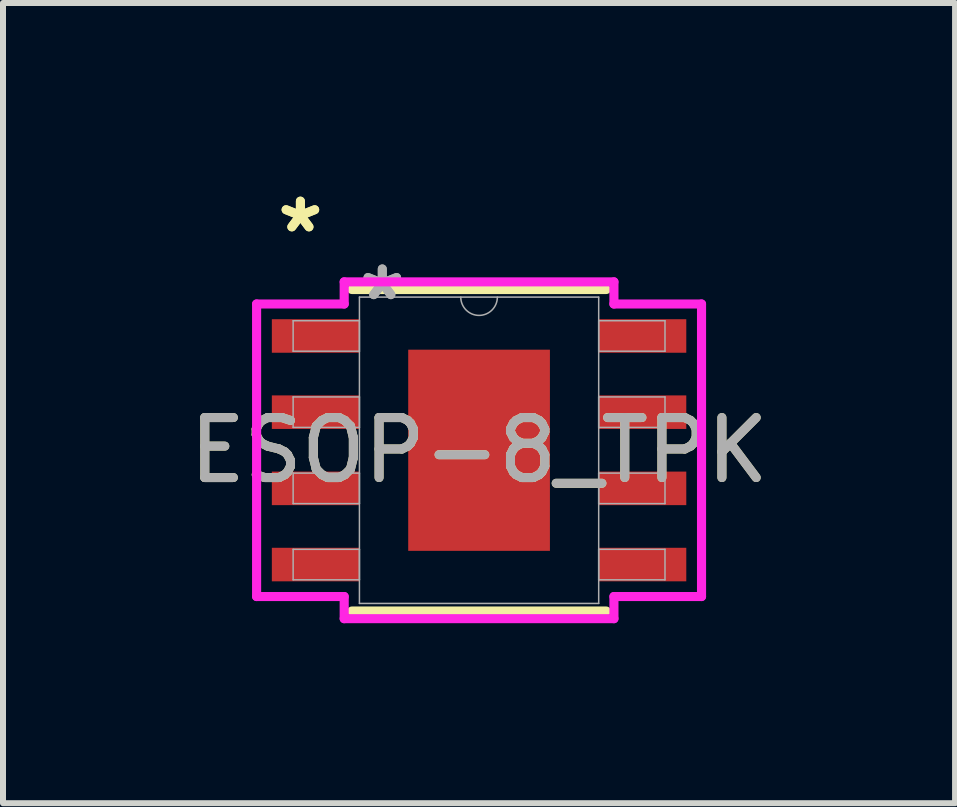
<source format=kicad_pcb>
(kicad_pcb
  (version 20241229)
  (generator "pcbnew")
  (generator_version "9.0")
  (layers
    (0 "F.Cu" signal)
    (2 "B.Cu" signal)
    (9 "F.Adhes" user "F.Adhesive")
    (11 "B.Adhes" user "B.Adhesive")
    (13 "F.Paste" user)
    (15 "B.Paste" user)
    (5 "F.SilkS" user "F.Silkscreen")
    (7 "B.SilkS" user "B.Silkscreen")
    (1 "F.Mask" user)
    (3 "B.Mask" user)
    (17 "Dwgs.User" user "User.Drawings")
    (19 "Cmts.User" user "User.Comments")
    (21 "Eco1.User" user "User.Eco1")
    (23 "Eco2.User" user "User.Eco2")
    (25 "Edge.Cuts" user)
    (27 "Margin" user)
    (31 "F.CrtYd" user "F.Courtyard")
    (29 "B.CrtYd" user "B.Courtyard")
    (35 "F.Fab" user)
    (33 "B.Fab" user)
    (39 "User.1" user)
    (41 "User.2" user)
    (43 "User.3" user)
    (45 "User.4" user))
  (footprint "ESOP-8_TPK"
    (layer "F.Cu")
    (at 4.935 4.455)
    (property "Reference" "ESOP-8_TPK" (at 0 0 0) (unlocked yes) (layer "F.SilkS") (effects (font (size 1 1) (thickness 0.15))))
    (attr smd)
    (fp_line (start -2.121 2.68) (end 2.121 2.68) (stroke (width 0.152) (type solid)) (layer "F.SilkS"))
    (fp_line (start 2.121 -2.68) (end -2.121 -2.68) (stroke (width 0.152) (type solid)) (layer "F.SilkS"))
    (fp_poly (pts (xy -1.081 -1.576) (xy -1.081 -0.1) (xy 1.081 -0.1) (xy 1.081 -1.576)) (stroke (width 0) (type solid)) (fill yes) (layer "F.Paste"))
    (fp_poly (pts (xy -1.081 0.1) (xy -1.081 1.576) (xy 1.081 1.576) (xy 1.081 0.1)) (stroke (width 0) (type solid)) (fill yes) (layer "F.Paste"))
    (fp_line (start -3.708 -2.438) (end -2.248 -2.438) (stroke (width 0.152) (type solid)) (layer "F.CrtYd"))
    (fp_line (start -3.708 2.438) (end -3.708 -2.438) (stroke (width 0.152) (type solid)) (layer "F.CrtYd"))
    (fp_line (start -3.708 2.438) (end -2.248 2.438) (stroke (width 0.152) (type solid)) (layer "F.CrtYd"))
    (fp_line (start -2.248 -2.807) (end 2.248 -2.807) (stroke (width 0.152) (type solid)) (layer "F.CrtYd"))
    (fp_line (start -2.248 -2.438) (end -2.248 -2.807) (stroke (width 0.152) (type solid)) (layer "F.CrtYd"))
    (fp_line (start -2.248 2.807) (end -2.248 2.438) (stroke (width 0.152) (type solid)) (layer "F.CrtYd"))
    (fp_line (start 2.248 -2.807) (end 2.248 -2.438) (stroke (width 0.152) (type solid)) (layer "F.CrtYd"))
    (fp_line (start 2.248 2.438) (end 2.248 2.807) (stroke (width 0.152) (type solid)) (layer "F.CrtYd"))
    (fp_line (start 2.248 2.807) (end -2.248 2.807) (stroke (width 0.152) (type solid)) (layer "F.CrtYd"))
    (fp_line (start 3.708 -2.438) (end 2.248 -2.438) (stroke (width 0.152) (type solid)) (layer "F.CrtYd"))
    (fp_line (start 3.708 -2.438) (end 3.708 2.438) (stroke (width 0.152) (type solid)) (layer "F.CrtYd"))
    (fp_line (start 3.708 2.438) (end 2.248 2.438) (stroke (width 0.152) (type solid)) (layer "F.CrtYd"))
    (fp_line (start -3.099 -2.159) (end -3.099 -1.651) (stroke (width 0.025) (type solid)) (layer "F.Fab"))
    (fp_line (start -3.099 -1.651) (end -1.994 -1.651) (stroke (width 0.025) (type solid)) (layer "F.Fab"))
    (fp_line (start -3.099 -0.889) (end -3.099 -0.381) (stroke (width 0.025) (type solid)) (layer "F.Fab"))
    (fp_line (start -3.099 -0.381) (end -1.994 -0.381) (stroke (width 0.025) (type solid)) (layer "F.Fab"))
    (fp_line (start -3.099 0.381) (end -3.099 0.889) (stroke (width 0.025) (type solid)) (layer "F.Fab"))
    (fp_line (start -3.099 0.889) (end -1.994 0.889) (stroke (width 0.025) (type solid)) (layer "F.Fab"))
    (fp_line (start -3.099 1.651) (end -3.099 2.159) (stroke (width 0.025) (type solid)) (layer "F.Fab"))
    (fp_line (start -3.099 2.159) (end -1.994 2.159) (stroke (width 0.025) (type solid)) (layer "F.Fab"))
    (fp_line (start -1.994 -2.553) (end -1.994 2.553) (stroke (width 0.025) (type solid)) (layer "F.Fab"))
    (fp_line (start -1.994 -2.159) (end -3.099 -2.159) (stroke (width 0.025) (type solid)) (layer "F.Fab"))
    (fp_line (start -1.994 -1.651) (end -1.994 -2.159) (stroke (width 0.025) (type solid)) (layer "F.Fab"))
    (fp_line (start -1.994 -0.889) (end -3.099 -0.889) (stroke (width 0.025) (type solid)) (layer "F.Fab"))
    (fp_line (start -1.994 -0.381) (end -1.994 -0.889) (stroke (width 0.025) (type solid)) (layer "F.Fab"))
    (fp_line (start -1.994 0.381) (end -3.099 0.381) (stroke (width 0.025) (type solid)) (layer "F.Fab"))
    (fp_line (start -1.994 0.889) (end -1.994 0.381) (stroke (width 0.025) (type solid)) (layer "F.Fab"))
    (fp_line (start -1.994 1.651) (end -3.099 1.651) (stroke (width 0.025) (type solid)) (layer "F.Fab"))
    (fp_line (start -1.994 2.159) (end -1.994 1.651) (stroke (width 0.025) (type solid)) (layer "F.Fab"))
    (fp_line (start -1.994 2.553) (end 1.994 2.553) (stroke (width 0.025) (type solid)) (layer "F.Fab"))
    (fp_line (start 1.994 -2.553) (end -1.994 -2.553) (stroke (width 0.025) (type solid)) (layer "F.Fab"))
    (fp_line (start 1.994 -2.159) (end 1.994 -1.651) (stroke (width 0.025) (type solid)) (layer "F.Fab"))
    (fp_line (start 1.994 -1.651) (end 3.099 -1.651) (stroke (width 0.025) (type solid)) (layer "F.Fab"))
    (fp_line (start 1.994 -0.889) (end 1.994 -0.381) (stroke (width 0.025) (type solid)) (layer "F.Fab"))
    (fp_line (start 1.994 -0.381) (end 3.099 -0.381) (stroke (width 0.025) (type solid)) (layer "F.Fab"))
    (fp_line (start 1.994 0.381) (end 1.994 0.889) (stroke (width 0.025) (type solid)) (layer "F.Fab"))
    (fp_line (start 1.994 0.889) (end 3.099 0.889) (stroke (width 0.025) (type solid)) (layer "F.Fab"))
    (fp_line (start 1.994 1.651) (end 1.994 2.159) (stroke (width 0.025) (type solid)) (layer "F.Fab"))
    (fp_line (start 1.994 2.159) (end 3.099 2.159) (stroke (width 0.025) (type solid)) (layer "F.Fab"))
    (fp_line (start 1.994 2.553) (end 1.994 -2.553) (stroke (width 0.025) (type solid)) (layer "F.Fab"))
    (fp_line (start 3.099 -2.159) (end 1.994 -2.159) (stroke (width 0.025) (type solid)) (layer "F.Fab"))
    (fp_line (start 3.099 -1.651) (end 3.099 -2.159) (stroke (width 0.025) (type solid)) (layer "F.Fab"))
    (fp_line (start 3.099 -0.889) (end 1.994 -0.889) (stroke (width 0.025) (type solid)) (layer "F.Fab"))
    (fp_line (start 3.099 -0.381) (end 3.099 -0.889) (stroke (width 0.025) (type solid)) (layer "F.Fab"))
    (fp_line (start 3.099 0.381) (end 1.994 0.381) (stroke (width 0.025) (type solid)) (layer "F.Fab"))
    (fp_line (start 3.099 0.889) (end 3.099 0.381) (stroke (width 0.025) (type solid)) (layer "F.Fab"))
    (fp_line (start 3.099 1.651) (end 1.994 1.651) (stroke (width 0.025) (type solid)) (layer "F.Fab"))
    (fp_line (start 3.099 2.159) (end 3.099 1.651) (stroke (width 0.025) (type solid)) (layer "F.Fab"))
    (fp_arc (start 0.3048 -2.5527) (mid 0 -2.2479) (end -0.3048 -2.5527) (stroke (width 0.0254) (type solid)) (layer "F.Fab"))
    (fp_text user "*" (at -2.978 -3.607 0) (unlocked yes) (layer "F.SilkS") (effects (font (size 1 1) (thickness 0.15))))
    (fp_text user "*" (at -2.978 -3.607 0) (layer "F.SilkS") (effects (font (size 1 1) (thickness 0.15))))
    (fp_text user "*" (at -1.613 -2.477 0) (layer "F.Fab") (effects (font (size 1 1) (thickness 0.15))))
    (fp_text user "${REFERENCE}" (at 0 0 0) (unlocked yes) (layer "F.Fab") (effects (font (size 1 1) (thickness 0.15))))
    (fp_text user "*" (at -1.613 -2.477 0) (unlocked yes) (layer "F.Fab") (effects (font (size 1 1) (thickness 0.15))))
    (pad "1" smd rect (at -2.724 -1.905) (size 1.46 0.559) (layers "F.Cu" "F.Mask" "F.Paste"))
    (pad "2" smd rect (at -2.724 -0.635) (size 1.46 0.559) (layers "F.Cu" "F.Mask" "F.Paste"))
    (pad "3" smd rect (at -2.724 0.635) (size 1.46 0.559) (layers "F.Cu" "F.Mask" "F.Paste"))
    (pad "4" smd rect (at -2.724 1.905) (size 1.46 0.559) (layers "F.Cu" "F.Mask" "F.Paste"))
    (pad "5" smd rect (at 2.724 1.905) (size 1.46 0.559) (layers "F.Cu" "F.Mask" "F.Paste"))
    (pad "6" smd rect (at 2.724 0.635) (size 1.46 0.559) (layers "F.Cu" "F.Mask" "F.Paste"))
    (pad "7" smd rect (at 2.724 -0.635) (size 1.46 0.559) (layers "F.Cu" "F.Mask" "F.Paste"))
    (pad "8" smd rect (at 2.724 -1.905) (size 1.46 0.559) (layers "F.Cu" "F.Mask" "F.Paste"))
    (pad "9" smd rect (at 0 0) (size 2.362 3.353) (layers "F.Cu" "F.Mask")))
  (gr_rect
    (start -3 -3)
    (end 12.869 10.338)
    (stroke (width 0.1) (type default))
    (fill no)
    (layer "Edge.Cuts")))
</source>
